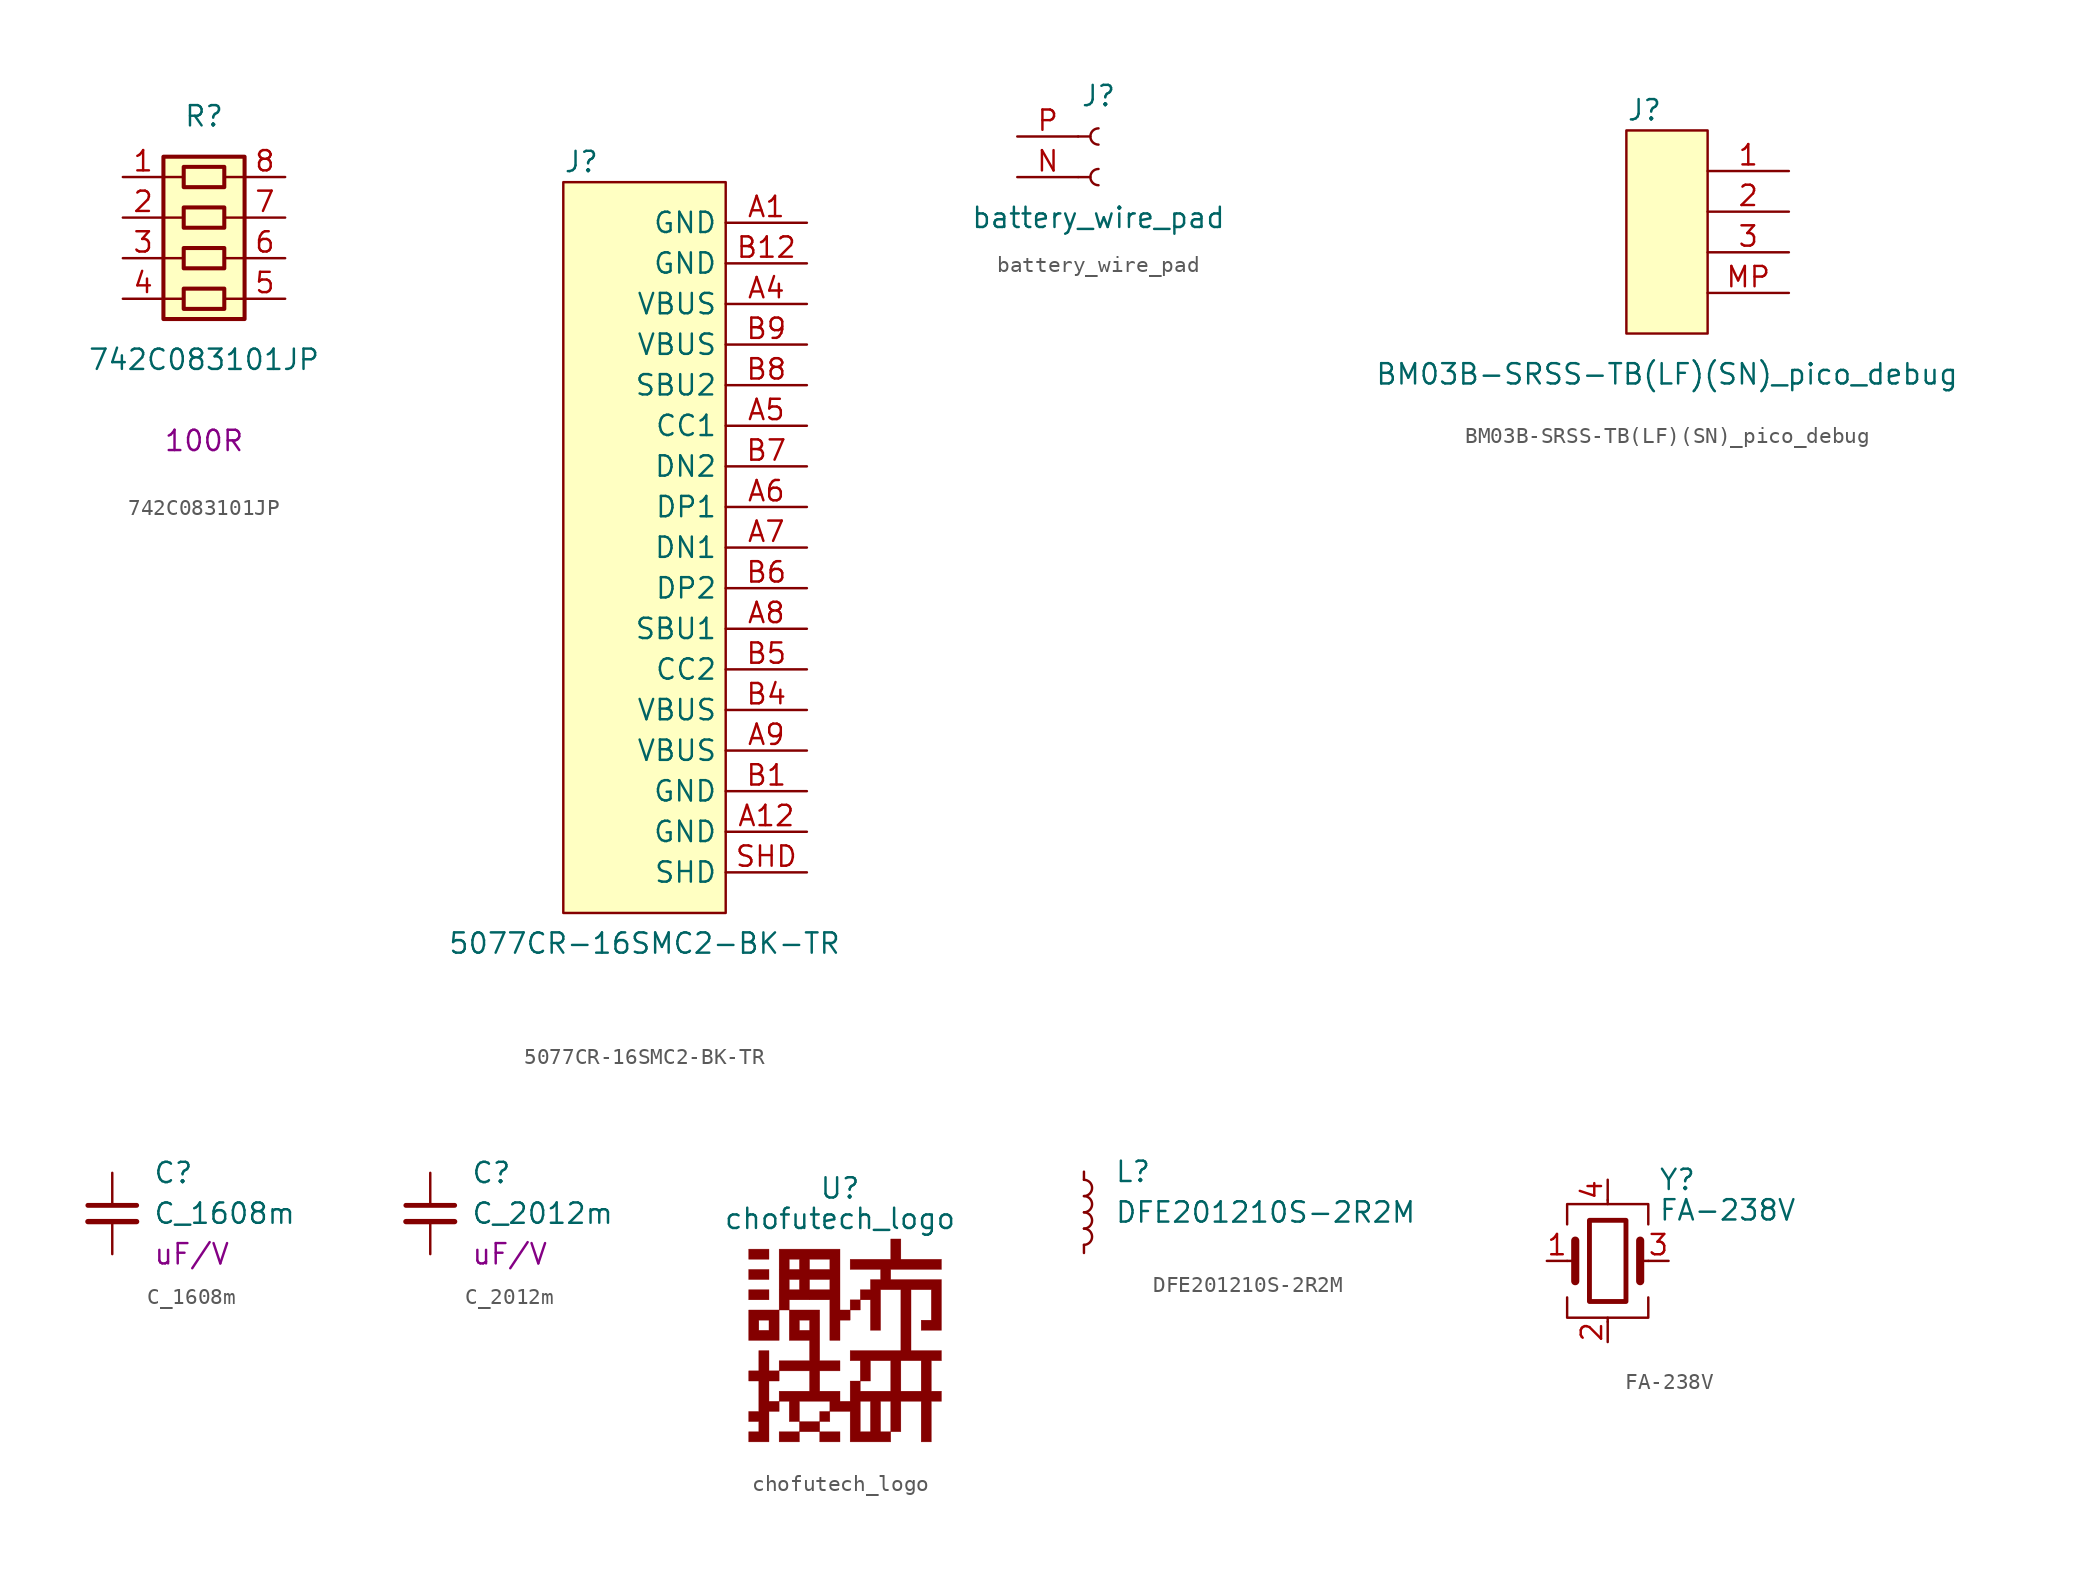
<source format=kicad_sym>
(kicad_symbol_lib
  (version 20211014)
  (generator kicad_symbol_editor)
  (symbol "742C083101JP"
    (pin_names
      (offset 0))
    (property "Reference" "R"
      (at 0 7.62 0)
      (effects (font (size 1.27 1.27))))
    (property "Value" "742C083101JP"
      (at 0 -7.62 0)
      (effects (font (size 1.27 1.27))))
    (property "Param" "100R"
      (at 0 -12.7 0)
      (effects (font (size 1.27 1.27))))
    (symbol "742C083101JP_0_1"
      (rectangle (start -2.54 5.08) (end 2.54 -5.08) (stroke (width 0.254) (type default) (color 0 0 0 0)) (fill (type background)))
      (rectangle (start -1.27 -3.175) (end 1.27 -4.445) (stroke (width 0.254) (type default) (color 0 0 0 0)) (fill (type none)))
      (rectangle (start -1.27 -0.635) (end 1.27 -1.905) (stroke (width 0.254) (type default) (color 0 0 0 0)) (fill (type none)))
      (rectangle (start -1.27 1.905) (end 1.27 0.635) (stroke (width 0.254) (type default) (color 0 0 0 0)) (fill (type none)))
      (rectangle (start -1.27 4.445) (end 1.27 3.175) (stroke (width 0.254) (type default) (color 0 0 0 0)) (fill (type none)))
      (polyline (pts (xy -2.54 -3.81) (xy -1.27 -3.81)) (stroke (width 0) (type default) (color 0 0 0 0)) (fill (type none)))
      (polyline (pts (xy -2.54 -1.27) (xy -1.27 -1.27)) (stroke (width 0) (type default) (color 0 0 0 0)) (fill (type none)))
      (polyline (pts (xy -2.54 1.27) (xy -1.27 1.27)) (stroke (width 0) (type default) (color 0 0 0 0)) (fill (type none)))
      (polyline (pts (xy -2.54 3.81) (xy -1.27 3.81)) (stroke (width 0) (type default) (color 0 0 0 0)) (fill (type none)))
      (polyline (pts (xy 1.27 -3.81) (xy 2.54 -3.81)) (stroke (width 0) (type default) (color 0 0 0 0)) (fill (type none)))
      (polyline (pts (xy 1.27 -1.27) (xy 2.54 -1.27)) (stroke (width 0) (type default) (color 0 0 0 0)) (fill (type none)))
      (polyline (pts (xy 1.27 1.27) (xy 2.54 1.27)) (stroke (width 0) (type default) (color 0 0 0 0)) (fill (type none)))
      (polyline (pts (xy 1.27 3.81) (xy 2.54 3.81)) (stroke (width 0) (type default) (color 0 0 0 0)) (fill (type none))))
    (symbol "742C083101JP_1_1"
      (pin passive line (at -5.08 3.81 0) (length 2.54) (name "" (effects (font (size 1.27 1.27)))) (number "1" (effects (font (size 1.27 1.27)))))
      (pin passive line (at -5.08 1.27 0) (length 2.54) (name "" (effects (font (size 1.27 1.27)))) (number "2" (effects (font (size 1.27 1.27)))))
      (pin passive line (at -5.08 -1.27 0) (length 2.54) (name "" (effects (font (size 1.27 1.27)))) (number "3" (effects (font (size 1.27 1.27)))))
      (pin passive line (at -5.08 -3.81 0) (length 2.54) (name "" (effects (font (size 1.27 1.27)))) (number "4" (effects (font (size 1.27 1.27)))))
      (pin passive line (at 5.08 -3.81 180) (length 2.54) (name "" (effects (font (size 1.27 1.27)))) (number "5" (effects (font (size 1.27 1.27)))))
      (pin passive line (at 5.08 -1.27 180) (length 2.54) (name "" (effects (font (size 1.27 1.27)))) (number "6" (effects (font (size 1.27 1.27)))))
      (pin passive line (at 5.08 1.27 180) (length 2.54) (name "" (effects (font (size 1.27 1.27)))) (number "7" (effects (font (size 1.27 1.27)))))
      (pin passive line (at 5.08 3.81 180) (length 2.54) (name "" (effects (font (size 1.27 1.27)))) (number "8" (effects (font (size 1.27 1.27)))))))
  (symbol "5077CR-16SMC2-BK-TR"
    (property "Reference" "J"
      (at -5.08 24.13 0)
      (effects (font (size 1.27 1.27)) (justify left)))
    (property "Value" "5077CR-16SMC2-BK-TR"
      (at 0 -24.765 0)
      (effects (font (size 1.27 1.27))))
    (symbol "5077CR-16SMC2-BK-TR_0_1"
      (rectangle (start -5.08 22.86) (end 5.08 -22.86) (stroke (width 0) (type default) (color 0 0 0 0)) (fill (type background))))
    (symbol "5077CR-16SMC2-BK-TR_1_1"
      (pin passive line (at 10.16 20.32 180) (length 5.08) (name "GND" (effects (font (size 1.27 1.27)))) (number "A1" (effects (font (size 1.27 1.27)))))
      (pin passive line (at 10.16 -17.78 180) (length 5.08) (name "GND" (effects (font (size 1.27 1.27)))) (number "A12" (effects (font (size 1.27 1.27)))))
      (pin passive line (at 10.16 15.24 180) (length 5.08) (name "VBUS" (effects (font (size 1.27 1.27)))) (number "A4" (effects (font (size 1.27 1.27)))))
      (pin passive line (at 10.16 7.62 180) (length 5.08) (name "CC1" (effects (font (size 1.27 1.27)))) (number "A5" (effects (font (size 1.27 1.27)))))
      (pin passive line (at 10.16 2.54 180) (length 5.08) (name "DP1" (effects (font (size 1.27 1.27)))) (number "A6" (effects (font (size 1.27 1.27)))))
      (pin passive line (at 10.16 0 180) (length 5.08) (name "DN1" (effects (font (size 1.27 1.27)))) (number "A7" (effects (font (size 1.27 1.27)))))
      (pin passive line (at 10.16 -5.08 180) (length 5.08) (name "SBU1" (effects (font (size 1.27 1.27)))) (number "A8" (effects (font (size 1.27 1.27)))))
      (pin passive line (at 10.16 -12.7 180) (length 5.08) (name "VBUS" (effects (font (size 1.27 1.27)))) (number "A9" (effects (font (size 1.27 1.27)))))
      (pin passive line (at 10.16 -15.24 180) (length 5.08) (name "GND" (effects (font (size 1.27 1.27)))) (number "B1" (effects (font (size 1.27 1.27)))))
      (pin passive line (at 10.16 17.78 180) (length 5.08) (name "GND" (effects (font (size 1.27 1.27)))) (number "B12" (effects (font (size 1.27 1.27)))))
      (pin passive line (at 10.16 -10.16 180) (length 5.08) (name "VBUS" (effects (font (size 1.27 1.27)))) (number "B4" (effects (font (size 1.27 1.27)))))
      (pin passive line (at 10.16 -7.62 180) (length 5.08) (name "CC2" (effects (font (size 1.27 1.27)))) (number "B5" (effects (font (size 1.27 1.27)))))
      (pin passive line (at 10.16 -2.54 180) (length 5.08) (name "DP2" (effects (font (size 1.27 1.27)))) (number "B6" (effects (font (size 1.27 1.27)))))
      (pin passive line (at 10.16 5.08 180) (length 5.08) (name "DN2" (effects (font (size 1.27 1.27)))) (number "B7" (effects (font (size 1.27 1.27)))))
      (pin passive line (at 10.16 10.16 180) (length 5.08) (name "SBU2" (effects (font (size 1.27 1.27)))) (number "B8" (effects (font (size 1.27 1.27)))))
      (pin passive line (at 10.16 12.7 180) (length 5.08) (name "VBUS" (effects (font (size 1.27 1.27)))) (number "B9" (effects (font (size 1.27 1.27)))))
      (pin passive line (at 10.16 -20.32 180) (length 5.08) (name "SHD" (effects (font (size 1.27 1.27)))) (number "SHD" (effects (font (size 1.27 1.27)))))))
  (symbol "battery_wire_pad"
    (pin_names
      (offset 1.016) hide)
    (property "Reference" "J"
      (at 0 2.54 0)
      (effects (font (size 1.27 1.27))))
    (property "Value" "battery_wire_pad"
      (at 0 -5.08 0)
      (effects (font (size 1.27 1.27))))
    (symbol "battery_wire_pad_1_1"
      (arc (start 0 -2.032) (mid -0.508 -2.54) (end 0 -3.048) (stroke (width 0.1524) (type default) (color 0 0 0 0)) (fill (type none)))
      (polyline (pts (xy -1.27 -2.54) (xy -0.508 -2.54)) (stroke (width 0.152) (type default) (color 0 0 0 0)) (fill (type none)))
      (polyline (pts (xy -1.27 0) (xy -0.508 0)) (stroke (width 0.152) (type default) (color 0 0 0 0)) (fill (type none)))
      (arc (start 0 0.508) (mid -0.508 0) (end 0 -0.508) (stroke (width 0.1524) (type default) (color 0 0 0 0)) (fill (type none)))
      (pin passive line (at -5.08 -2.54 0) (length 3.81) (name "Pin_2" (effects (font (size 1.27 1.27)))) (number "N" (effects (font (size 1.27 1.27)))))
      (pin passive line (at -5.08 0 0) (length 3.81) (name "Pin_1" (effects (font (size 1.27 1.27)))) (number "P" (effects (font (size 1.27 1.27)))))))
  (symbol "BM03B-SRSS-TB(LF)(SN)_pico_debug"
    (property "Reference" "J"
      (at -2.54 7.62 0)
      (effects (font (size 1.27 1.27)) (justify left)))
    (property "Value" "BM03B-SRSS-TB(LF)(SN)_pico_debug"
      (at 0 -8.89 0)
      (effects (font (size 1.27 1.27))))
    (symbol "BM03B-SRSS-TB(LF)(SN)_pico_debug_0_1"
      (rectangle (start -2.54 6.35) (end 2.54 -6.35) (stroke (width 0) (type default) (color 0 0 0 0)) (fill (type background))))
    (symbol "BM03B-SRSS-TB(LF)(SN)_pico_debug_1_1"
      (pin passive line (at 7.62 3.81 180) (length 5.08) (name "" (effects (font (size 1.27 1.27)))) (number "1" (effects (font (size 1.27 1.27)))))
      (pin passive line (at 7.62 1.27 180) (length 5.08) (name "" (effects (font (size 1.27 1.27)))) (number "2" (effects (font (size 1.27 1.27)))))
      (pin passive line (at 7.62 -1.27 180) (length 5.08) (name "" (effects (font (size 1.27 1.27)))) (number "3" (effects (font (size 1.27 1.27)))))
      (pin passive line (at 7.62 -3.81 180) (length 5.08) (name "" (effects (font (size 1.27 1.27)))) (number "MP" (effects (font (size 1.27 1.27)))))))
  (symbol "C_1608m"
    (pin_numbers hide)
    (pin_names
      (offset 0.254) hide)
    (property "Reference" "C"
      (at 2.54 2.54 0)
      (effects (font (size 1.27 1.27)) (justify left)))
    (property "Value" "C_1608m"
      (at 2.54 0 0)
      (effects (font (size 1.27 1.27)) (justify left)))
    (property "Param" "uF/V"
      (at 2.54 -2.54 0)
      (effects (font (size 1.27 1.27)) (justify left)))
    (symbol "C_1608m_0_1"
      (polyline (pts (xy -1.524 -0.508) (xy 1.524 -0.508)) (stroke (width 0.33) (type default) (color 0 0 0 0)) (fill (type none)))
      (polyline (pts (xy -1.524 0.508) (xy 1.524 0.508)) (stroke (width 0.305) (type default) (color 0 0 0 0)) (fill (type none))))
    (symbol "C_1608m_1_1"
      (pin passive line (at 0 2.54 270) (length 2.032) (name "~" (effects (font (size 1.27 1.27)))) (number "1" (effects (font (size 1.27 1.27)))))
      (pin passive line (at 0 -2.54 90) (length 2.032) (name "~" (effects (font (size 1.27 1.27)))) (number "2" (effects (font (size 1.27 1.27)))))))
  (symbol "C_2012m"
    (pin_numbers hide)
    (pin_names
      (offset 0.254) hide)
    (property "Reference" "C"
      (at 2.54 2.54 0)
      (effects (font (size 1.27 1.27)) (justify left)))
    (property "Value" "C_2012m"
      (at 2.54 0 0)
      (effects (font (size 1.27 1.27)) (justify left)))
    (property "Param" "uF/V"
      (at 2.54 -2.54 0)
      (effects (font (size 1.27 1.27)) (justify left)))
    (symbol "C_2012m_0_1"
      (polyline (pts (xy -1.524 -0.508) (xy 1.524 -0.508)) (stroke (width 0.33) (type default) (color 0 0 0 0)) (fill (type none)))
      (polyline (pts (xy -1.524 0.508) (xy 1.524 0.508)) (stroke (width 0.305) (type default) (color 0 0 0 0)) (fill (type none))))
    (symbol "C_2012m_1_1"
      (pin passive line (at 0 2.54 270) (length 2.032) (name "~" (effects (font (size 1.27 1.27)))) (number "1" (effects (font (size 1.27 1.27)))))
      (pin passive line (at 0 -2.54 90) (length 2.032) (name "~" (effects (font (size 1.27 1.27)))) (number "2" (effects (font (size 1.27 1.27)))))))
  (symbol "chofutech_logo"
    (property "Reference" "U"
      (at 0 9.525 0)
      (effects (font (size 1.27 1.27))))
    (property "Value" "chofutech_logo"
      (at 0 7.62 0)
      (effects (font (size 1.27 1.27))))
    (symbol "chofutech_logo_0_1"
      (polyline (pts (xy -5.715 3.175) (xy -5.715 2.54) (xy -4.445 2.54) (xy -4.445 3.175) (xy -5.715 3.175)) (stroke (width 0.001) (type default) (color 0 0 0 0)) (fill (type outline)))
      (polyline (pts (xy -5.715 4.445) (xy -5.715 3.81) (xy -4.445 3.81) (xy -4.445 4.445) (xy -5.715 4.445)) (stroke (width 0.001) (type default) (color 0 0 0 0)) (fill (type outline)))
      (polyline (pts (xy -5.715 5.715) (xy -5.715 5.08) (xy -4.445 5.08) (xy -4.445 5.715) (xy -5.715 5.715)) (stroke (width 0.001) (type default) (color 0 0 0 0)) (fill (type outline)))
      (polyline (pts (xy -3.81 5.715) (xy -3.81 4.445) (xy -3.175 4.445) (xy -3.175 5.08) (xy -2.54 5.08) (xy -2.54 4.445) (xy -3.81 4.445) (xy -3.81 3.175) (xy -3.175 3.175) (xy -3.175 3.81) (xy -2.54 3.81) (xy -2.54 3.175) (xy -3.81 3.175) (xy -3.81 1.905) (xy -5.715 1.905) (xy -5.715 0) (xy -3.81 0) (xy -3.81 1.27) (xy -4.445 1.27) (xy -4.445 0.635) (xy -5.08 0.635) (xy -5.08 1.27) (xy -3.81 1.27) (xy -3.81 1.905) (xy -3.175 1.905) (xy -3.175 2.54) (xy -1.905 2.54) (xy -1.905 5.08) (xy -0.635 5.08) (xy -0.635 4.445) (xy -1.905 4.445) (xy -1.905 3.81) (xy -0.635 3.81) (xy -0.635 3.175) (xy -1.905 3.175) (xy -1.905 2.54) (xy -0.635 2.54) (xy -0.635 0) (xy 0 0) (xy 0 1.27) (xy 0.635 1.27) (xy 0.635 1.905) (xy 1.27 1.905) (xy 1.27 2.54) (xy 1.905 2.54) (xy 1.905 0.635) (xy 2.54 0.635) (xy 2.54 3.175) (xy 3.81 3.175) (xy 3.81 -1.27) (xy 5.08 -1.27) (xy 5.08 -3.175) (xy 3.81 -3.175) (xy 3.81 -1.27) (xy 3.175 -1.27) (xy 3.175 -3.175) (xy 1.27 -3.175) (xy 1.27 -2.54) (xy 1.905 -2.54) (xy 1.905 -1.27) (xy 3.81 -1.27) (xy 3.81 -0.635) (xy 0.635 -0.635) (xy 0.635 -1.27) (xy 1.27 -1.27) (xy 1.27 -2.54) (xy 0.635 -2.54) (xy 0.635 -3.81) (xy 1.905 -3.81) (xy 1.905 -5.715) (xy 2.54 -5.715) (xy 2.54 -3.81) (xy 3.175 -3.81) (xy 3.175 -5.715) (xy 1.27 -5.715) (xy 1.27 -3.81) (xy 0 -3.81) (xy 0 -3.175) (xy -1.27 -3.175) (xy -1.27 -1.905) (xy 0 -1.905) (xy 0 -1.27) (xy -1.27 -1.27) (xy -1.27 1.905) (xy -3.175 1.905) (xy -3.175 0) (xy -1.905 0) (xy -1.905 0.635) (xy -2.54 0.635) (xy -2.54 1.27) (xy -1.905 1.27) (xy -1.905 -1.27) (xy -3.81 -1.27) (xy -3.81 -1.905) (xy -1.905 -1.905) (xy -1.905 -3.175) (xy -3.81 -3.175) (xy -3.81 -3.81) (xy -4.445 -3.81) (xy -4.445 -3.175) (xy -4.445 -2.54) (xy -3.81 -2.54) (xy -3.81 -1.905) (xy -4.445 -1.905) (xy -4.445 -0.635) (xy -5.08 -0.635) (xy -5.08 -1.905) (xy -5.715 -1.905) (xy -5.715 -2.54) (xy -5.08 -2.54) (xy -5.08 -4.445) (xy -5.715 -4.445) (xy -5.715 -5.08) (xy -5.08 -5.08) (xy -5.08 -5.715) (xy -5.715 -5.715) (xy -5.715 -6.35) (xy -4.445 -6.35) (xy -4.445 -4.445) (xy -3.81 -4.445) (xy -3.81 -3.81) (xy -3.175 -3.81) (xy -3.175 -5.08) (xy -2.54 -5.08) (xy -2.54 -3.81) (xy -0.635 -3.81) (xy -0.635 -4.445) (xy -1.27 -4.445) (xy -1.27 -5.08) (xy -2.54 -5.08) (xy -2.54 -5.715) (xy -3.81 -5.715) (xy -3.81 -6.35) (xy -2.54 -6.35) (xy -2.54 -5.715) (xy -1.27 -5.715) (xy -1.27 -6.35) (xy 0 -6.35) (xy 0 -5.715) (xy -1.27 -5.715) (xy -1.27 -5.08) (xy -0.635 -5.08) (xy -0.635 -4.445) (xy 0.635 -4.445) (xy 0.635 -6.35) (xy 3.175 -6.35) (xy 3.175 -5.715) (xy 3.81 -5.715) (xy 3.81 -3.81) (xy 5.08 -3.81) (xy 5.08 -6.35) (xy 5.715 -6.35) (xy 5.715 -3.81) (xy 6.35 -3.81) (xy 6.35 -3.175) (xy 5.715 -3.175) (xy 5.715 -1.27) (xy 6.35 -1.27) (xy 6.35 -0.635) (xy 4.445 -0.635) (xy 4.445 3.175) (xy 5.715 3.175) (xy 5.715 1.27) (xy 5.08 1.27) (xy 5.08 0.635) (xy 6.35 0.635) (xy 6.35 3.81) (xy 3.175 3.81) (xy 3.175 4.445) (xy 6.35 4.445) (xy 6.35 5.08) (xy 3.81 5.08) (xy 3.81 6.35) (xy 3.175 6.35) (xy 3.175 5.08) (xy 0.635 5.08) (xy 0.635 4.445) (xy 2.54 4.445) (xy 2.54 3.81) (xy 1.905 3.81) (xy 1.905 3.175) (xy 1.27 3.175) (xy 1.27 2.54) (xy 0.635 2.54) (xy 0.635 1.905) (xy 0 1.905) (xy 0 5.715) (xy -3.81 5.715)) (stroke (width 0.001) (type default) (color 0 0 0 0)) (fill (type outline)))))
  (symbol "DFE201210S-2R2M"
    (pin_numbers hide)
    (pin_names
      (offset 0.254) hide)
    (property "Reference" "L"
      (at 1.905 2.54 0)
      (effects (font (size 1.27 1.27)) (justify left)))
    (property "Value" "DFE201210S-2R2M"
      (at 1.905 0 0)
      (effects (font (size 1.27 1.27)) (justify left)))
    (symbol "DFE201210S-2R2M_0_1"
      (arc (start 0 -2.032) (mid 0.508 -1.524) (end 0 -1.016) (stroke (width 0) (type default) (color 0 0 0 0)) (fill (type none)))
      (arc (start 0 -1.016) (mid 0.508 -0.508) (end 0 0) (stroke (width 0) (type default) (color 0 0 0 0)) (fill (type none)))
      (arc (start 0 0) (mid 0.508 0.508) (end 0 1.016) (stroke (width 0) (type default) (color 0 0 0 0)) (fill (type none)))
      (arc (start 0 1.016) (mid 0.508 1.524) (end 0 2.032) (stroke (width 0) (type default) (color 0 0 0 0)) (fill (type none))))
    (symbol "DFE201210S-2R2M_1_1"
      (pin passive line (at 0 2.54 270) (length 0.508) (name "~" (effects (font (size 1.27 1.27)))) (number "1" (effects (font (size 1.27 1.27)))))
      (pin passive line (at 0 -2.54 90) (length 0.508) (name "~" (effects (font (size 1.27 1.27)))) (number "2" (effects (font (size 1.27 1.27)))))))
  (symbol "FA-238V"
    (pin_names
      (offset 1.016) hide)
    (property "Reference" "Y"
      (at 3.175 5.08 0)
      (effects (font (size 1.27 1.27)) (justify left)))
    (property "Value" "FA-238V"
      (at 3.175 3.175 0)
      (effects (font (size 1.27 1.27)) (justify left)))
    (symbol "FA-238V_0_1"
      (rectangle (start -1.143 2.54) (end 1.143 -2.54) (stroke (width 0.305) (type default) (color 0 0 0 0)) (fill (type none)))
      (polyline (pts (xy -2.54 0) (xy -2.032 0)) (stroke (width 0) (type default) (color 0 0 0 0)) (fill (type none)))
      (polyline (pts (xy -2.032 -1.27) (xy -2.032 1.27)) (stroke (width 0.508) (type default) (color 0 0 0 0)) (fill (type none)))
      (polyline (pts (xy 0 -3.81) (xy 0 -3.556)) (stroke (width 0) (type default) (color 0 0 0 0)) (fill (type none)))
      (polyline (pts (xy 0 3.556) (xy 0 3.81)) (stroke (width 0) (type default) (color 0 0 0 0)) (fill (type none)))
      (polyline (pts (xy 2.032 -1.27) (xy 2.032 1.27)) (stroke (width 0.508) (type default) (color 0 0 0 0)) (fill (type none)))
      (polyline (pts (xy 2.032 0) (xy 2.54 0)) (stroke (width 0) (type default) (color 0 0 0 0)) (fill (type none)))
      (polyline (pts (xy -2.54 -2.286) (xy -2.54 -3.556) (xy 2.54 -3.556) (xy 2.54 -2.286)) (stroke (width 0) (type default) (color 0 0 0 0)) (fill (type none)))
      (polyline (pts (xy -2.54 2.286) (xy -2.54 3.556) (xy 2.54 3.556) (xy 2.54 2.286)) (stroke (width 0) (type default) (color 0 0 0 0)) (fill (type none))))
    (symbol "FA-238V_1_1"
      (pin passive line (at -3.81 0 0) (length 1.27) (name "1" (effects (font (size 1.27 1.27)))) (number "1" (effects (font (size 1.27 1.27)))))
      (pin passive line (at 0 -5.08 90) (length 1.27) (name "2" (effects (font (size 1.27 1.27)))) (number "2" (effects (font (size 1.27 1.27)))))
      (pin passive line (at 3.81 0 180) (length 1.27) (name "3" (effects (font (size 1.27 1.27)))) (number "3" (effects (font (size 1.27 1.27)))))
      (pin passive line (at 0 5.08 270) (length 1.27) (name "4" (effects (font (size 1.27 1.27)))) (number "4" (effects (font (size 1.27 1.27))))))))
</source>
